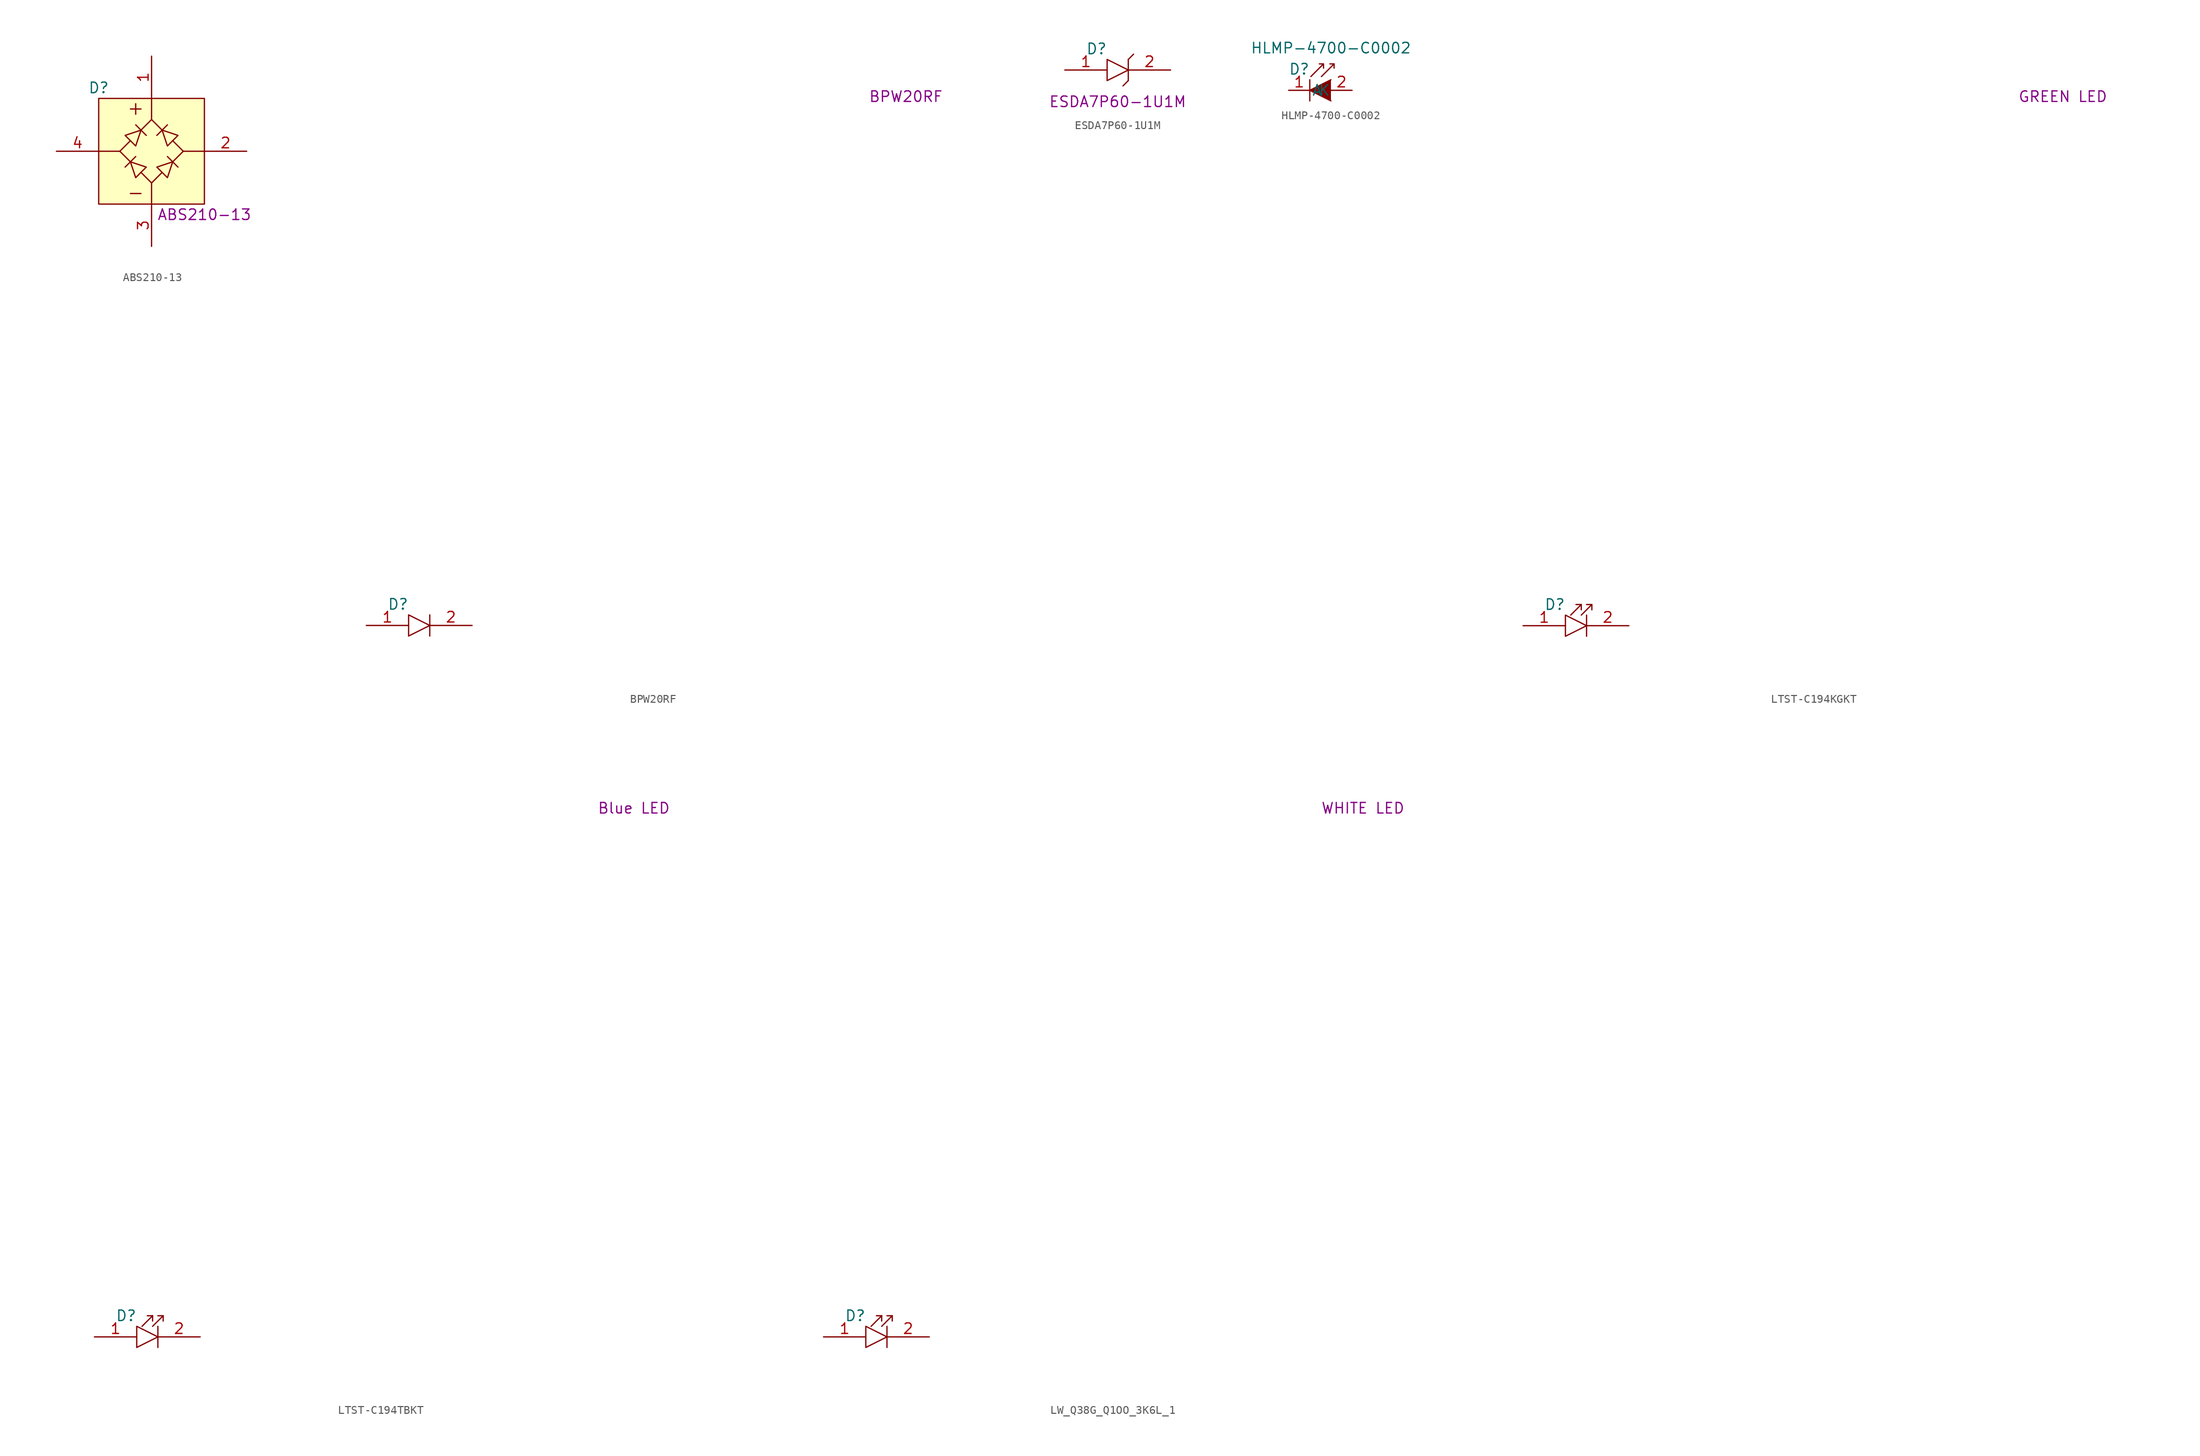
<source format=kicad_sym>
(kicad_symbol_lib
  (version 20211014)
  (generator kicad_symbol_editor)
  (symbol "ABS210-13"
    (pin_names
      (offset 1.016))
    (property "Reference" "D"
      (at 0 1.27 0)
      (effects (font (size 1.27 1.27))))
    (property "_Value_" "ABS210-13"
      (at 12.7 -13.97 0)
      (effects (font (size 1.27 1.27))))
    (symbol "ABS210-13_0_1"
      (polyline (pts (xy 0 -6.35) (xy 2.54 -6.35)) (stroke (width 0) (type default) (color 0 0 0 0)) (fill (type none)))
      (polyline (pts (xy 3.81 -11.43) (xy 5.08 -11.43)) (stroke (width 0) (type default) (color 0 0 0 0)) (fill (type none)))
      (polyline (pts (xy 3.81 -5.08) (xy 2.54 -6.35)) (stroke (width 0) (type default) (color 0 0 0 0)) (fill (type none)))
      (polyline (pts (xy 3.81 -1.27) (xy 5.08 -1.27)) (stroke (width 0) (type default) (color 0 0 0 0)) (fill (type none)))
      (polyline (pts (xy 4.445 -3.175) (xy 5.715 -4.445)) (stroke (width 0) (type default) (color 0 0 0 0)) (fill (type none)))
      (polyline (pts (xy 4.445 -0.635) (xy 4.445 -1.905)) (stroke (width 0) (type default) (color 0 0 0 0)) (fill (type none)))
      (polyline (pts (xy 5.08 -3.81) (xy 6.35 -2.54)) (stroke (width 0) (type default) (color 0 0 0 0)) (fill (type none)))
      (polyline (pts (xy 6.35 -12.7) (xy 6.35 -10.16)) (stroke (width 0) (type default) (color 0 0 0 0)) (fill (type none)))
      (polyline (pts (xy 6.35 -2.54) (xy 6.35 0)) (stroke (width 0) (type default) (color 0 0 0 0)) (fill (type none)))
      (polyline (pts (xy 12.7 -6.35) (xy 10.16 -6.35)) (stroke (width 0) (type default) (color 0 0 0 0)) (fill (type none)))
      (polyline (pts (xy 4.445 -5.715) (xy 3.175 -4.445) (xy 5.08 -3.81) (xy 4.445 -5.715)) (stroke (width 0) (type default) (color 0 0 0 0)) (fill (type none)))
      (rectangle (start 0 0) (end 12.7 -12.7) (stroke (width 0) (type default) (color 0 0 0 0)) (fill (type background))))
    (symbol "ABS210-13_1_1"
      (polyline (pts (xy 3.175 -8.255) (xy 4.445 -6.985)) (stroke (width 0) (type default) (color 0 0 0 0)) (fill (type none)))
      (polyline (pts (xy 3.81 -7.62) (xy 2.54 -6.35)) (stroke (width 0) (type default) (color 0 0 0 0)) (fill (type none)))
      (polyline (pts (xy 5.08 -8.89) (xy 6.35 -10.16)) (stroke (width 0) (type default) (color 0 0 0 0)) (fill (type none)))
      (polyline (pts (xy 6.985 -4.445) (xy 8.255 -3.175)) (stroke (width 0) (type default) (color 0 0 0 0)) (fill (type none)))
      (polyline (pts (xy 7.62 -8.89) (xy 6.35 -10.16)) (stroke (width 0) (type default) (color 0 0 0 0)) (fill (type none)))
      (polyline (pts (xy 7.62 -3.81) (xy 6.35 -2.54)) (stroke (width 0) (type default) (color 0 0 0 0)) (fill (type none)))
      (polyline (pts (xy 8.255 -6.985) (xy 9.525 -8.255)) (stroke (width 0) (type default) (color 0 0 0 0)) (fill (type none)))
      (polyline (pts (xy 8.89 -7.62) (xy 10.16 -6.35)) (stroke (width 0) (type default) (color 0 0 0 0)) (fill (type none)))
      (polyline (pts (xy 8.89 -5.08) (xy 10.16 -6.35)) (stroke (width 0) (type default) (color 0 0 0 0)) (fill (type none)))
      (polyline (pts (xy 5.715 -8.255) (xy 4.445 -9.525) (xy 3.81 -7.62) (xy 5.715 -8.255)) (stroke (width 0) (type default) (color 0 0 0 0)) (fill (type none)))
      (polyline (pts (xy 8.255 -9.525) (xy 6.985 -8.255) (xy 8.89 -7.62) (xy 8.255 -9.525)) (stroke (width 0) (type default) (color 0 0 0 0)) (fill (type none)))
      (polyline (pts (xy 9.525 -4.445) (xy 8.255 -5.715) (xy 7.62 -3.81) (xy 9.525 -4.445)) (stroke (width 0) (type default) (color 0 0 0 0)) (fill (type none)))
      (pin passive line (at 6.35 5.08 270) (length 5.08) (name "~" (effects (font (size 1.27 1.27)))) (number "1" (effects (font (size 1.27 1.27)))))
      (pin passive line (at 17.78 -6.35 180) (length 5.08) (name "~" (effects (font (size 1.27 1.27)))) (number "2" (effects (font (size 1.27 1.27)))))
      (pin passive line (at 6.35 -17.78 90) (length 5.08) (name "~" (effects (font (size 1.27 1.27)))) (number "3" (effects (font (size 1.27 1.27)))))
      (pin passive line (at -5.08 -6.35 0) (length 5.08) (name "~" (effects (font (size 1.27 1.27)))) (number "4" (effects (font (size 1.27 1.27)))))))
  (symbol "BPW20RF"
    (pin_names
      (offset 1.016))
    (property "Reference" "D"
      (at -2.54 2.54 0)
      (effects (font (size 1.27 1.27))))
    (property "_Value_" "BPW20RF"
      (at 58.42 63.5 0)
      (effects (font (size 1.27 1.27))))
    (symbol "BPW20RF_0_1"
      (polyline (pts (xy 1.27 -1.27) (xy 1.27 1.27)) (stroke (width 0) (type default) (color 0 0 0 0)) (fill (type none)))
      (polyline (pts (xy -1.27 1.27) (xy -1.27 -1.27) (xy 1.27 0) (xy -1.27 1.27)) (stroke (width 0) (type default) (color 0 0 0 0)) (fill (type none))))
    (symbol "BPW20RF_1_1"
      (pin passive line (at -6.35 0 0) (length 5.08) (name "~" (effects (font (size 1.27 1.27)))) (number "1" (effects (font (size 1.27 1.27)))))
      (pin passive line (at 6.35 0 180) (length 5.08) (name "~" (effects (font (size 1.27 1.27)))) (number "2" (effects (font (size 1.27 1.27)))))))
  (symbol "ESDA7P60-1U1M"
    (pin_names
      (offset 1.016))
    (property "Reference" "D"
      (at -2.54 2.54 0)
      (effects (font (size 1.27 1.27))))
    (property "_Value_" "ESDA7P60-1U1M"
      (at 0 -3.81 0)
      (effects (font (size 1.27 1.27))))
    (symbol "ESDA7P60-1U1M_0_1"
      (polyline (pts (xy 1.27 -1.27) (xy 0.635 -1.905)) (stroke (width 0) (type default) (color 0 0 0 0)) (fill (type none)))
      (polyline (pts (xy 1.27 1.27) (xy 1.27 -1.27)) (stroke (width 0) (type default) (color 0 0 0 0)) (fill (type none)))
      (polyline (pts (xy 1.27 1.27) (xy 1.905 1.905)) (stroke (width 0) (type default) (color 0 0 0 0)) (fill (type none)))
      (polyline (pts (xy -1.27 1.27) (xy -1.27 -1.27) (xy 1.27 0) (xy -1.27 1.27)) (stroke (width 0) (type default) (color 0 0 0 0)) (fill (type none))))
    (symbol "ESDA7P60-1U1M_1_1"
      (pin passive line (at -6.35 0 0) (length 5.08) (name "~" (effects (font (size 1.27 1.27)))) (number "1" (effects (font (size 1.27 1.27)))))
      (pin passive line (at 6.35 0 180) (length 5.08) (name "~" (effects (font (size 1.27 1.27)))) (number "2" (effects (font (size 1.27 1.27)))))))
  (symbol "HLMP-4700-C0002"
    (pin_names
      (offset 1.016))
    (property "Reference" "D"
      (at -2.54 2.54 0)
      (effects (font (size 1.27 1.27))))
    (property "Value" "HLMP-4700-C0002"
      (at 1.27 5.08 0)
      (effects (font (size 1.27 1.27))))
    (symbol "HLMP-4700-C0002_0_1"
      (polyline (pts (xy 1.651 3.175) (xy 1.143 3.175)) (stroke (width 0) (type default) (color 0 0 0 0)) (fill (type none))))
    (symbol "HLMP-4700-C0002_1_1"
      (polyline (pts (xy -1.27 1.27) (xy -1.27 -1.27)) (stroke (width 0.152) (type default) (color 0 0 0 0)) (fill (type none)))
      (polyline (pts (xy 0.127 1.651) (xy 1.651 3.175) (xy 1.651 2.667)) (stroke (width 0) (type default) (color 0 0 0 0)) (fill (type none)))
      (polyline (pts (xy 1.27 1.27) (xy -1.27 0) (xy 1.27 -1.27)) (stroke (width 0) (type default) (color 0 0 0 0)) (fill (type outline)))
      (polyline (pts (xy -1.143 1.651) (xy 0.381 3.175) (xy 0.381 2.667) (xy 0.381 3.175) (xy -0.127 3.175)) (stroke (width 0) (type default) (color 0 0 0 0)) (fill (type none)))
      (pin passive line (at -3.81 0 0) (length 2.54) (name "K" (effects (font (size 1.27 1.27)))) (number "1" (effects (font (size 1.27 1.27)))))
      (pin passive line (at 3.81 0 180) (length 2.54) (name "A" (effects (font (size 1.27 1.27)))) (number "2" (effects (font (size 1.27 1.27)))))))
  (symbol "LTST-C194KGKT"
    (pin_names
      (offset 1.016))
    (property "Reference" "D"
      (at -2.54 2.54 0)
      (effects (font (size 1.27 1.27))))
    (property "_Value_" "GREEN LED"
      (at 58.42 63.5 0)
      (effects (font (size 1.27 1.27))))
    (symbol "LTST-C194KGKT_0_1"
      (polyline (pts (xy -0.635 1.27) (xy 0.635 2.54)) (stroke (width 0) (type default) (color 0 0 0 0)) (fill (type none)))
      (polyline (pts (xy 0.635 2.54) (xy 0 2.54)) (stroke (width 0) (type default) (color 0 0 0 0)) (fill (type none)))
      (polyline (pts (xy 0.635 2.54) (xy 0.635 1.905)) (stroke (width 0) (type default) (color 0 0 0 0)) (fill (type none)))
      (polyline (pts (xy 1.27 -1.27) (xy 1.27 1.27)) (stroke (width 0) (type default) (color 0 0 0 0)) (fill (type none)))
      (polyline (pts (xy 1.905 2.54) (xy 1.905 1.905)) (stroke (width 0) (type default) (color 0 0 0 0)) (fill (type none)))
      (polyline (pts (xy 0.635 1.27) (xy 1.905 2.54) (xy 1.27 2.54)) (stroke (width 0) (type default) (color 0 0 0 0)) (fill (type none)))
      (polyline (pts (xy -1.27 1.27) (xy -1.27 -1.27) (xy 1.27 0) (xy -1.27 1.27)) (stroke (width 0) (type default) (color 0 0 0 0)) (fill (type none))))
    (symbol "LTST-C194KGKT_1_1"
      (pin passive line (at -6.35 0 0) (length 5.08) (name "~" (effects (font (size 1.27 1.27)))) (number "1" (effects (font (size 1.27 1.27)))))
      (pin passive line (at 6.35 0 180) (length 5.08) (name "~" (effects (font (size 1.27 1.27)))) (number "2" (effects (font (size 1.27 1.27)))))))
  (symbol "LTST-C194TBKT"
    (pin_names
      (offset 1.016))
    (property "Reference" "D"
      (at -2.54 2.54 0)
      (effects (font (size 1.27 1.27))))
    (property "_Value_" "Blue LED"
      (at 58.42 63.5 0)
      (effects (font (size 1.27 1.27))))
    (symbol "LTST-C194TBKT_0_1"
      (polyline (pts (xy -0.635 1.27) (xy 0.635 2.54)) (stroke (width 0) (type default) (color 0 0 0 0)) (fill (type none)))
      (polyline (pts (xy 0.635 2.54) (xy 0 2.54)) (stroke (width 0) (type default) (color 0 0 0 0)) (fill (type none)))
      (polyline (pts (xy 0.635 2.54) (xy 0.635 1.905)) (stroke (width 0) (type default) (color 0 0 0 0)) (fill (type none)))
      (polyline (pts (xy 1.27 -1.27) (xy 1.27 1.27)) (stroke (width 0) (type default) (color 0 0 0 0)) (fill (type none)))
      (polyline (pts (xy 1.905 2.54) (xy 1.905 1.905)) (stroke (width 0) (type default) (color 0 0 0 0)) (fill (type none)))
      (polyline (pts (xy 0.635 1.27) (xy 1.905 2.54) (xy 1.27 2.54)) (stroke (width 0) (type default) (color 0 0 0 0)) (fill (type none)))
      (polyline (pts (xy -1.27 1.27) (xy -1.27 -1.27) (xy 1.27 0) (xy -1.27 1.27)) (stroke (width 0) (type default) (color 0 0 0 0)) (fill (type none))))
    (symbol "LTST-C194TBKT_1_1"
      (pin passive line (at -6.35 0 0) (length 5.08) (name "~" (effects (font (size 1.27 1.27)))) (number "1" (effects (font (size 1.27 1.27)))))
      (pin passive line (at 6.35 0 180) (length 5.08) (name "~" (effects (font (size 1.27 1.27)))) (number "2" (effects (font (size 1.27 1.27)))))))
  (symbol "LW_Q38G_Q1OO_3K6L_1"
    (pin_names
      (offset 1.016))
    (property "Reference" "D"
      (at -2.54 2.54 0)
      (effects (font (size 1.27 1.27))))
    (property "_Value_" "WHITE LED"
      (at 58.42 63.5 0)
      (effects (font (size 1.27 1.27))))
    (symbol "LW_Q38G_Q1OO_3K6L_1_0_1"
      (polyline (pts (xy -0.635 1.27) (xy 0.635 2.54)) (stroke (width 0) (type default) (color 0 0 0 0)) (fill (type none)))
      (polyline (pts (xy 0.635 2.54) (xy 0 2.54)) (stroke (width 0) (type default) (color 0 0 0 0)) (fill (type none)))
      (polyline (pts (xy 0.635 2.54) (xy 0.635 1.905)) (stroke (width 0) (type default) (color 0 0 0 0)) (fill (type none)))
      (polyline (pts (xy 1.27 -1.27) (xy 1.27 1.27)) (stroke (width 0) (type default) (color 0 0 0 0)) (fill (type none)))
      (polyline (pts (xy 1.905 2.54) (xy 1.905 1.905)) (stroke (width 0) (type default) (color 0 0 0 0)) (fill (type none)))
      (polyline (pts (xy 0.635 1.27) (xy 1.905 2.54) (xy 1.27 2.54)) (stroke (width 0) (type default) (color 0 0 0 0)) (fill (type none)))
      (polyline (pts (xy -1.27 1.27) (xy -1.27 -1.27) (xy 1.27 0) (xy -1.27 1.27)) (stroke (width 0) (type default) (color 0 0 0 0)) (fill (type none))))
    (symbol "LW_Q38G_Q1OO_3K6L_1_1_1"
      (pin passive line (at -6.35 0 0) (length 5.08) (name "~" (effects (font (size 1.27 1.27)))) (number "1" (effects (font (size 1.27 1.27)))))
      (pin passive line (at 6.35 0 180) (length 5.08) (name "~" (effects (font (size 1.27 1.27)))) (number "2" (effects (font (size 1.27 1.27))))))))
</source>
